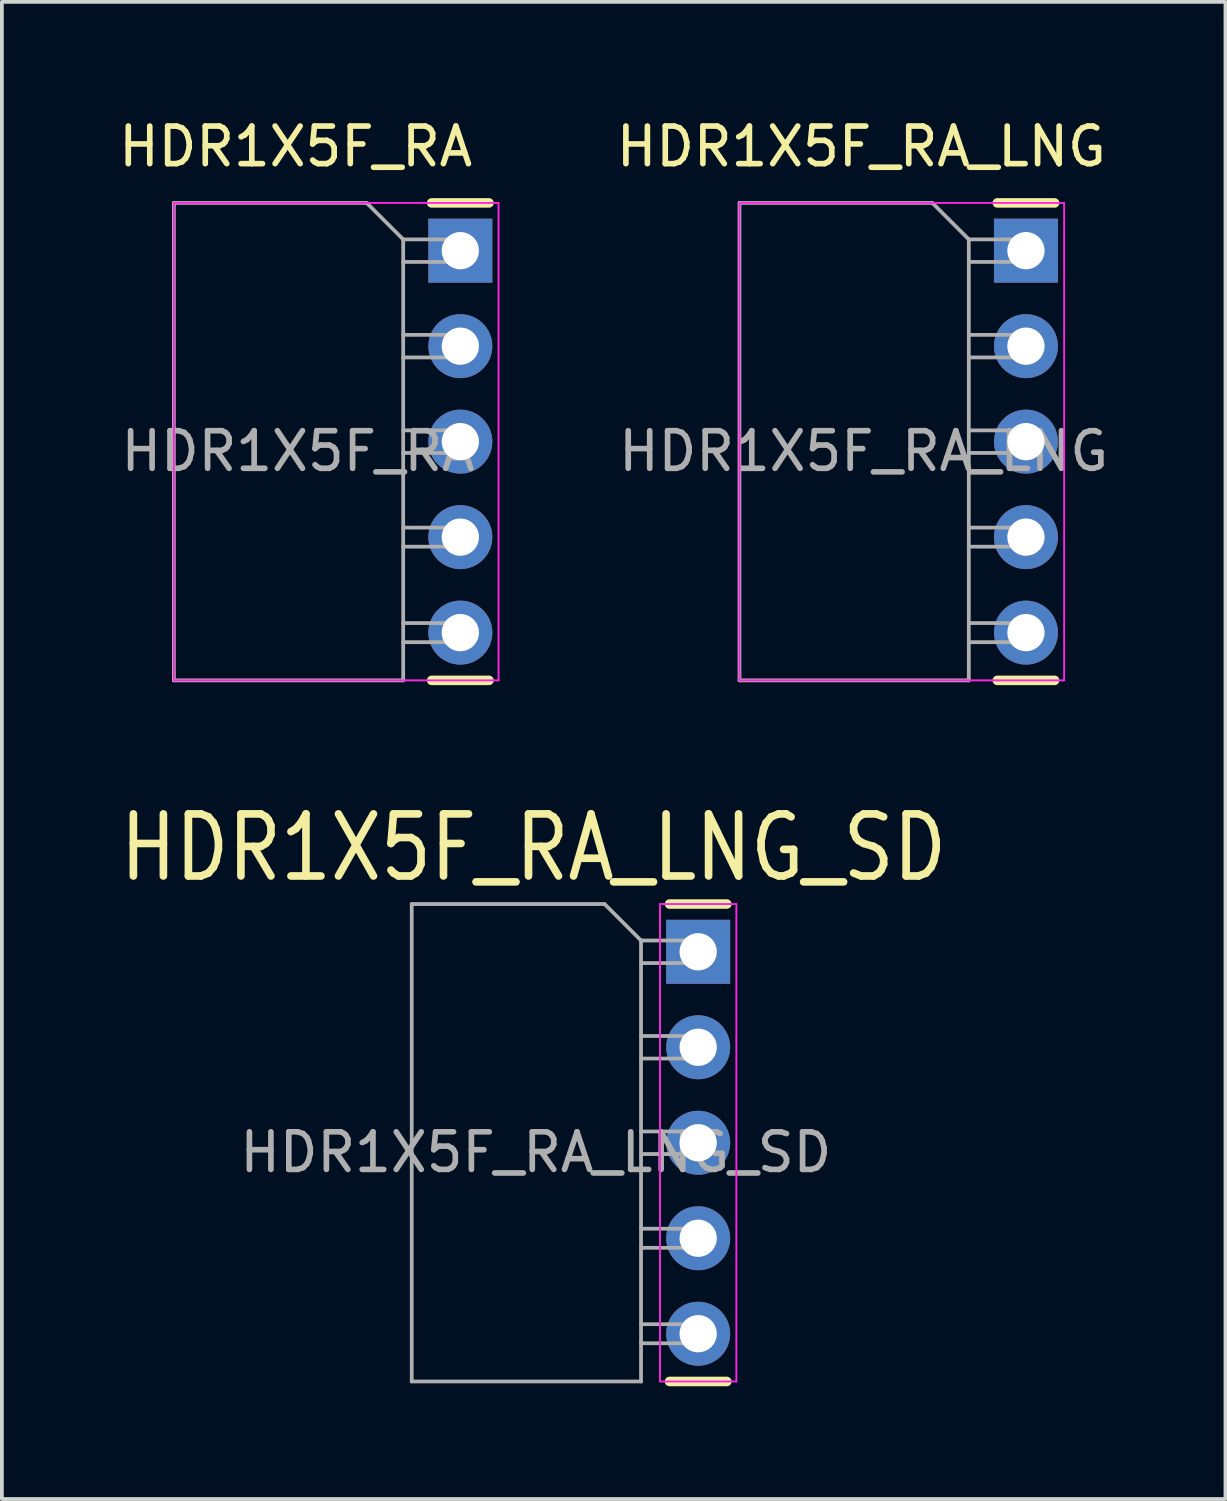
<source format=kicad_pcb>
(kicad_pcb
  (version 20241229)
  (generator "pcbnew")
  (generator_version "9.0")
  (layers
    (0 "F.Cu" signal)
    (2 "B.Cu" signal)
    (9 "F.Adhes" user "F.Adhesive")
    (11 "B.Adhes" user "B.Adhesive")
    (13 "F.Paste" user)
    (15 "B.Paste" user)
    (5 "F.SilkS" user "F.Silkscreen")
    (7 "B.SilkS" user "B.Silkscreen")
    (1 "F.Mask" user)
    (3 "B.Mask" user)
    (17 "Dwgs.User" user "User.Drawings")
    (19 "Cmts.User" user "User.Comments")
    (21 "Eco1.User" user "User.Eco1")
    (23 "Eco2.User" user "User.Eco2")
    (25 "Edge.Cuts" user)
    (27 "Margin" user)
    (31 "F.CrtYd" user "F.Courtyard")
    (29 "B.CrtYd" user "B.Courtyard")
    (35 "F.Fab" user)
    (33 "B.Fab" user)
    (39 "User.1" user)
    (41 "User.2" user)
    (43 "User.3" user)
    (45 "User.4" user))
  (footprint "HDR1X5F_RA_LNG"
    (layer "F.Cu")
    (at 24.241 3.618)
    (property "Reference" "HDR1X5F_RA_LNG" (at -4.38 -2.77 0) (layer "F.SilkS") (effects (font (size 1 1) (thickness 0.15))))
    (attr through_hole)
    (fp_line (start -0.762 -1.27) (end 0.762 -1.27) (stroke (width 0.254) (type solid)) (layer "F.SilkS"))
    (fp_line (start -0.762 11.43) (end 0.762 11.43) (stroke (width 0.254) (type solid)) (layer "F.SilkS"))
    (fp_line (start -7.62 -1.27) (end -7.62 11.43) (stroke (width 0.05) (type solid)) (layer "F.CrtYd"))
    (fp_line (start -7.62 11.43) (end 1.016 11.43) (stroke (width 0.05) (type solid)) (layer "F.CrtYd"))
    (fp_line (start 1.016 -1.27) (end -7.62 -1.27) (stroke (width 0.05) (type solid)) (layer "F.CrtYd"))
    (fp_line (start 1.016 11.43) (end 1.016 -1.27) (stroke (width 0.05) (type solid)) (layer "F.CrtYd"))
    (fp_line (start -7.62 -1.27) (end -2.49 -1.27) (stroke (width 0.1) (type solid)) (layer "F.Fab"))
    (fp_line (start -7.62 11.43) (end -7.62 -1.27) (stroke (width 0.1) (type solid)) (layer "F.Fab"))
    (fp_line (start -2.49 -1.27) (end -1.52 -0.3) (stroke (width 0.1) (type solid)) (layer "F.Fab"))
    (fp_line (start -1.52 -0.3) (end -1.52 11.43) (stroke (width 0.1) (type solid)) (layer "F.Fab"))
    (fp_line (start -1.52 0.3) (end 0 0.3) (stroke (width 0.1) (type solid)) (layer "F.Fab"))
    (fp_line (start -1.52 2.84) (end 0 2.84) (stroke (width 0.1) (type solid)) (layer "F.Fab"))
    (fp_line (start -1.52 5.38) (end 0 5.38) (stroke (width 0.1) (type solid)) (layer "F.Fab"))
    (fp_line (start -1.52 11.43) (end -7.62 11.43) (stroke (width 0.1) (type solid)) (layer "F.Fab"))
    (fp_line (start -0.004 7.874) (end -1.524 7.874) (stroke (width 0.1) (type solid)) (layer "F.Fab"))
    (fp_line (start -0.004 10.414) (end -1.524 10.414) (stroke (width 0.1) (type solid)) (layer "F.Fab"))
    (fp_line (start 0 -0.3) (end -1.52 -0.3) (stroke (width 0.1) (type solid)) (layer "F.Fab"))
    (fp_line (start 0 0.3) (end 0 -0.3) (stroke (width 0.1) (type solid)) (layer "F.Fab"))
    (fp_line (start 0 2.24) (end -1.52 2.24) (stroke (width 0.1) (type solid)) (layer "F.Fab"))
    (fp_line (start 0 2.84) (end 0 2.24) (stroke (width 0.1) (type solid)) (layer "F.Fab"))
    (fp_line (start 0 4.78) (end -1.52 4.78) (stroke (width 0.1) (type solid)) (layer "F.Fab"))
    (fp_line (start 0 5.38) (end 0 4.78) (stroke (width 0.1) (type solid)) (layer "F.Fab"))
    (fp_line (start 0 7.366) (end -1.52 7.366) (stroke (width 0.1) (type solid)) (layer "F.Fab"))
    (fp_line (start 0 9.906) (end -1.52 9.906) (stroke (width 0.1) (type solid)) (layer "F.Fab"))
    (fp_text user "${REFERENCE}" (at -4.318 5.334 0) (layer "F.Fab") (effects (font (size 1 1) (thickness 0.15))))
    (pad "1" thru_hole rect (at 0 0) (size 1.702 1.702) (drill 0.991) (layers "*.Cu" "*.Mask"))
    (pad "2" thru_hole circle (at 0 2.54) (size 1.702 1.702) (drill 0.991) (layers "*.Cu" "*.Mask"))
    (pad "3" thru_hole circle (at 0 5.08) (size 1.702 1.702) (drill 0.991) (layers "*.Cu" "*.Mask"))
    (pad "4" thru_hole circle (at 0 7.62) (size 1.702 1.702) (drill 0.991) (layers "*.Cu" "*.Mask"))
    (pad "5" thru_hole circle (at 0 10.16) (size 1.702 1.702) (drill 0.991) (layers "*.Cu" "*.Mask")))
  (footprint "HDR1X5F_RA_LNG_SD"
    (layer "F.Cu")
    (at 15.522 22.268)
    (property "Reference" "HDR1X5F_RA_LNG_SD" (at -4.38 -2.77 0) (layer "F.SilkS") (effects (font (size 1.651 1.397) (thickness 0.203))))
    (attr through_hole)
    (fp_line (start -0.762 -1.27) (end 0.762 -1.27) (stroke (width 0.254) (type solid)) (layer "F.SilkS"))
    (fp_line (start -0.762 11.43) (end 0.762 11.43) (stroke (width 0.254) (type solid)) (layer "F.SilkS"))
    (fp_line (start -1.016 -1.27) (end -1.016 11.43) (stroke (width 0.05) (type solid)) (layer "F.CrtYd"))
    (fp_line (start -1.016 11.43) (end 1.016 11.43) (stroke (width 0.05) (type solid)) (layer "F.CrtYd"))
    (fp_line (start 1.016 -1.27) (end -1.016 -1.27) (stroke (width 0.05) (type solid)) (layer "F.CrtYd"))
    (fp_line (start 1.016 11.43) (end 1.016 -1.27) (stroke (width 0.05) (type solid)) (layer "F.CrtYd"))
    (fp_line (start -7.62 -1.27) (end -2.49 -1.27) (stroke (width 0.1) (type solid)) (layer "F.Fab"))
    (fp_line (start -7.62 11.43) (end -7.62 -1.27) (stroke (width 0.1) (type solid)) (layer "F.Fab"))
    (fp_line (start -2.49 -1.27) (end -1.52 -0.3) (stroke (width 0.1) (type solid)) (layer "F.Fab"))
    (fp_line (start -1.52 -0.3) (end -1.52 11.43) (stroke (width 0.1) (type solid)) (layer "F.Fab"))
    (fp_line (start -1.52 0.3) (end 0 0.3) (stroke (width 0.1) (type solid)) (layer "F.Fab"))
    (fp_line (start -1.52 2.84) (end 0 2.84) (stroke (width 0.1) (type solid)) (layer "F.Fab"))
    (fp_line (start -1.52 5.38) (end 0 5.38) (stroke (width 0.1) (type solid)) (layer "F.Fab"))
    (fp_line (start -1.52 11.43) (end -7.62 11.43) (stroke (width 0.1) (type solid)) (layer "F.Fab"))
    (fp_line (start -0.004 7.874) (end -1.524 7.874) (stroke (width 0.1) (type solid)) (layer "F.Fab"))
    (fp_line (start -0.004 10.414) (end -1.524 10.414) (stroke (width 0.1) (type solid)) (layer "F.Fab"))
    (fp_line (start 0 -0.3) (end -1.52 -0.3) (stroke (width 0.1) (type solid)) (layer "F.Fab"))
    (fp_line (start 0 0.3) (end 0 -0.3) (stroke (width 0.1) (type solid)) (layer "F.Fab"))
    (fp_line (start 0 2.24) (end -1.52 2.24) (stroke (width 0.1) (type solid)) (layer "F.Fab"))
    (fp_line (start 0 2.84) (end 0 2.24) (stroke (width 0.1) (type solid)) (layer "F.Fab"))
    (fp_line (start 0 4.78) (end -1.52 4.78) (stroke (width 0.1) (type solid)) (layer "F.Fab"))
    (fp_line (start 0 5.38) (end 0 4.78) (stroke (width 0.1) (type solid)) (layer "F.Fab"))
    (fp_line (start 0 7.366) (end -1.52 7.366) (stroke (width 0.1) (type solid)) (layer "F.Fab"))
    (fp_line (start 0 9.906) (end -1.52 9.906) (stroke (width 0.1) (type solid)) (layer "F.Fab"))
    (fp_text user "${REFERENCE}" (at -4.318 5.334 0) (layer "F.Fab") (effects (font (size 1 1) (thickness 0.15))))
    (pad "1" thru_hole rect (at 0 0) (size 1.702 1.702) (drill 0.991) (layers "*.Cu" "*.Mask"))
    (pad "2" thru_hole circle (at 0 2.54) (size 1.702 1.702) (drill 0.991) (layers "*.Cu" "*.Mask"))
    (pad "3" thru_hole circle (at 0 5.08) (size 1.702 1.702) (drill 0.991) (layers "*.Cu" "*.Mask"))
    (pad "4" thru_hole circle (at 0 7.62) (size 1.702 1.702) (drill 0.991) (layers "*.Cu" "*.Mask"))
    (pad "5" thru_hole circle (at 0 10.16) (size 1.702 1.702) (drill 0.991) (layers "*.Cu" "*.Mask")))
  (footprint "HDR1X5F_RA"
    (layer "F.Cu")
    (at 9.195 3.618)
    (property "Reference" "HDR1X5F_RA" (at -4.38 -2.77 0) (layer "F.SilkS") (effects (font (size 1 1) (thickness 0.15))))
    (attr through_hole)
    (fp_line (start -0.762 -1.27) (end 0.762 -1.27) (stroke (width 0.254) (type solid)) (layer "F.SilkS"))
    (fp_line (start -0.762 11.43) (end 0.762 11.43) (stroke (width 0.254) (type solid)) (layer "F.SilkS"))
    (fp_line (start -7.62 -1.27) (end -7.62 11.43) (stroke (width 0.05) (type solid)) (layer "F.CrtYd"))
    (fp_line (start -7.62 11.43) (end 1.016 11.43) (stroke (width 0.05) (type solid)) (layer "F.CrtYd"))
    (fp_line (start 1.016 -1.27) (end -7.62 -1.27) (stroke (width 0.05) (type solid)) (layer "F.CrtYd"))
    (fp_line (start 1.016 11.43) (end 1.016 -1.27) (stroke (width 0.05) (type solid)) (layer "F.CrtYd"))
    (fp_line (start -7.62 -1.27) (end -2.49 -1.27) (stroke (width 0.1) (type solid)) (layer "F.Fab"))
    (fp_line (start -7.62 11.43) (end -7.62 -1.27) (stroke (width 0.1) (type solid)) (layer "F.Fab"))
    (fp_line (start -2.49 -1.27) (end -1.52 -0.3) (stroke (width 0.1) (type solid)) (layer "F.Fab"))
    (fp_line (start -1.52 -0.3) (end -1.52 11.43) (stroke (width 0.1) (type solid)) (layer "F.Fab"))
    (fp_line (start -1.52 0.3) (end 0 0.3) (stroke (width 0.1) (type solid)) (layer "F.Fab"))
    (fp_line (start -1.52 2.84) (end 0 2.84) (stroke (width 0.1) (type solid)) (layer "F.Fab"))
    (fp_line (start -1.52 5.38) (end 0 5.38) (stroke (width 0.1) (type solid)) (layer "F.Fab"))
    (fp_line (start -1.52 11.43) (end -7.62 11.43) (stroke (width 0.1) (type solid)) (layer "F.Fab"))
    (fp_line (start -0.004 7.874) (end -1.524 7.874) (stroke (width 0.1) (type solid)) (layer "F.Fab"))
    (fp_line (start -0.004 10.414) (end -1.524 10.414) (stroke (width 0.1) (type solid)) (layer "F.Fab"))
    (fp_line (start 0 -0.3) (end -1.52 -0.3) (stroke (width 0.1) (type solid)) (layer "F.Fab"))
    (fp_line (start 0 0.3) (end 0 -0.3) (stroke (width 0.1) (type solid)) (layer "F.Fab"))
    (fp_line (start 0 2.24) (end -1.52 2.24) (stroke (width 0.1) (type solid)) (layer "F.Fab"))
    (fp_line (start 0 2.84) (end 0 2.24) (stroke (width 0.1) (type solid)) (layer "F.Fab"))
    (fp_line (start 0 4.78) (end -1.52 4.78) (stroke (width 0.1) (type solid)) (layer "F.Fab"))
    (fp_line (start 0 5.38) (end 0 4.78) (stroke (width 0.1) (type solid)) (layer "F.Fab"))
    (fp_line (start 0 7.366) (end -1.52 7.366) (stroke (width 0.1) (type solid)) (layer "F.Fab"))
    (fp_line (start 0 9.906) (end -1.52 9.906) (stroke (width 0.1) (type solid)) (layer "F.Fab"))
    (fp_text user "${REFERENCE}" (at -4.318 5.334 0) (layer "F.Fab") (effects (font (size 1 1) (thickness 0.15))))
    (pad "1" thru_hole rect (at 0 0) (size 1.702 1.702) (drill 0.991) (layers "*.Cu" "*.Mask"))
    (pad "2" thru_hole circle (at 0 2.54) (size 1.702 1.702) (drill 0.991) (layers "*.Cu" "*.Mask"))
    (pad "3" thru_hole circle (at 0 5.08) (size 1.702 1.702) (drill 0.991) (layers "*.Cu" "*.Mask"))
    (pad "4" thru_hole circle (at 0 7.62) (size 1.702 1.702) (drill 0.991) (layers "*.Cu" "*.Mask"))
    (pad "5" thru_hole circle (at 0 10.16) (size 1.702 1.702) (drill 0.991) (layers "*.Cu" "*.Mask")))
  (gr_rect
    (start -3 -3)
    (end 29.548 36.825)
    (stroke (width 0.1) (type default))
    (fill no)
    (layer "Edge.Cuts")))
</source>
